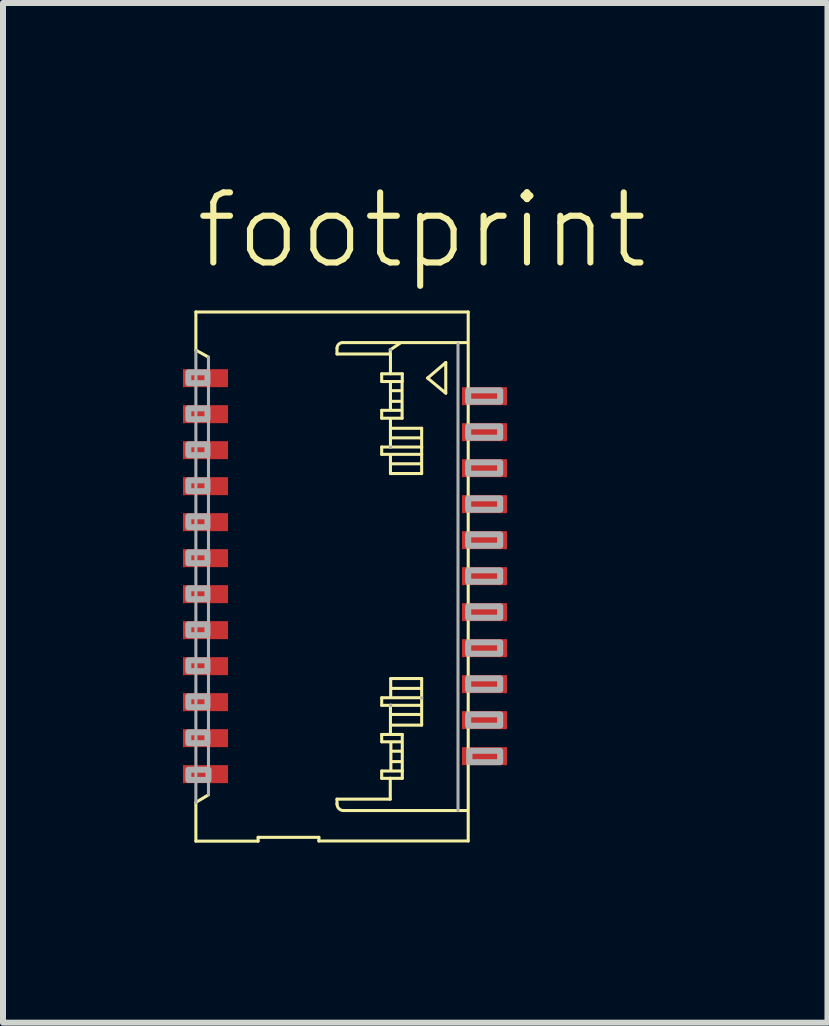
<source format=kicad_pcb>
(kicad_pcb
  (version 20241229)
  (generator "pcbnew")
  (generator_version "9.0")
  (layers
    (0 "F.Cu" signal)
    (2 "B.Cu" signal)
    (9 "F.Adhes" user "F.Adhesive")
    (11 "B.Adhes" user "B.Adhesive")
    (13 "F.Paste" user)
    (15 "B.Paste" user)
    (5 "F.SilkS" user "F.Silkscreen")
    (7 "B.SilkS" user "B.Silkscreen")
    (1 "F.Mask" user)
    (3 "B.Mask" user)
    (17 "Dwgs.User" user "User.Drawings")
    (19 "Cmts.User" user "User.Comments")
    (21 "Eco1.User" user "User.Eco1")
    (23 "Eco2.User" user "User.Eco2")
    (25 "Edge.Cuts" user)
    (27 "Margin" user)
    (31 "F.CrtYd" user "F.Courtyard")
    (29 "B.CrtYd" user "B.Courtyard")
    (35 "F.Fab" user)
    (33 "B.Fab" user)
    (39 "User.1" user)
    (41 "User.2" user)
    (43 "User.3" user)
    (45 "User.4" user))
  (footprint "footprint"
    (layer "F.Cu")
    (at 2.7 6.553)
    (property "Reference" "footprint" (at -2.54 -5.08 0) (layer "F.SilkS") (effects (font (size 1.168 1.168) (thickness 0.102)) (justify left bottom)))
    (fp_line (start -2.485 -4.403) (end -2.485 -3.767) (stroke (width 0.051) (type solid)) (layer "F.SilkS"))
    (fp_line (start -2.485 -3.767) (end -2.275 -3.65) (stroke (width 0.051) (type solid)) (layer "F.SilkS"))
    (fp_line (start -2.485 3.771) (end -2.485 4.417) (stroke (width 0.051) (type solid)) (layer "F.SilkS"))
    (fp_line (start -2.485 4.417) (end -1.448 4.417) (stroke (width 0.051) (type solid)) (layer "F.SilkS"))
    (fp_line (start -2.275 3.645) (end -2.485 3.771) (stroke (width 0.051) (type solid)) (layer "F.SilkS"))
    (fp_line (start -1.448 4.353) (end -0.435 4.353) (stroke (width 0.051) (type solid)) (layer "F.SilkS"))
    (fp_line (start -1.448 4.417) (end -1.448 4.353) (stroke (width 0.051) (type solid)) (layer "F.SilkS"))
    (fp_line (start -0.435 4.353) (end -0.435 4.414) (stroke (width 0.051) (type solid)) (layer "F.SilkS"))
    (fp_line (start -0.435 4.414) (end 2.054 4.414) (stroke (width 0.051) (type solid)) (layer "F.SilkS"))
    (fp_line (start -0.133 -3.798) (end -0.133 -3.703) (stroke (width 0.051) (type solid)) (layer "F.SilkS"))
    (fp_line (start -0.133 -3.703) (end 0.755 -3.703) (stroke (width 0.051) (type solid)) (layer "F.SilkS"))
    (fp_line (start -0.133 3.717) (end 0.755 3.717) (stroke (width 0.051) (type solid)) (layer "F.SilkS"))
    (fp_line (start -0.133 3.798) (end -0.133 3.717) (stroke (width 0.051) (type solid)) (layer "F.SilkS"))
    (fp_line (start 0.612 -3.373) (end 0.738 -3.373) (stroke (width 0.051) (type solid)) (layer "F.SilkS"))
    (fp_line (start 0.612 -3.244) (end 0.612 -3.373) (stroke (width 0.051) (type solid)) (layer "F.SilkS"))
    (fp_line (start 0.612 -2.764) (end 0.945 -2.764) (stroke (width 0.051) (type solid)) (layer "F.SilkS"))
    (fp_line (start 0.612 -2.632) (end 0.612 -2.764) (stroke (width 0.051) (type solid)) (layer "F.SilkS"))
    (fp_line (start 0.612 -2.152) (end 0.612 -2.03) (stroke (width 0.051) (type solid)) (layer "F.SilkS"))
    (fp_line (start 0.612 -2.152) (end 1.278 -2.152) (stroke (width 0.051) (type solid)) (layer "F.SilkS"))
    (fp_line (start 0.612 -2.03) (end 1.278 -2.03) (stroke (width 0.051) (type solid)) (layer "F.SilkS"))
    (fp_line (start 0.612 2.027) (end 1.278 2.027) (stroke (width 0.051) (type solid)) (layer "F.SilkS"))
    (fp_line (start 0.612 2.153) (end 0.612 2.027) (stroke (width 0.051) (type solid)) (layer "F.SilkS"))
    (fp_line (start 0.612 2.639) (end 0.612 2.761) (stroke (width 0.051) (type solid)) (layer "F.SilkS"))
    (fp_line (start 0.612 2.761) (end 0.938 2.761) (stroke (width 0.051) (type solid)) (layer "F.SilkS"))
    (fp_line (start 0.612 3.248) (end 0.955 3.248) (stroke (width 0.051) (type solid)) (layer "F.SilkS"))
    (fp_line (start 0.612 3.37) (end 0.612 3.248) (stroke (width 0.051) (type solid)) (layer "F.SilkS"))
    (fp_line (start 0.755 -3.703) (end 0.755 -3.774) (stroke (width 0.051) (type solid)) (layer "F.SilkS"))
    (fp_line (start 0.755 3.37) (end 0.612 3.37) (stroke (width 0.051) (type solid)) (layer "F.SilkS"))
    (fp_line (start 0.755 3.717) (end 0.755 3.37) (stroke (width 0.051) (type solid)) (layer "F.SilkS"))
    (fp_line (start 0.758 -3.774) (end 0.918 -3.883) (stroke (width 0.051) (type solid)) (layer "F.SilkS"))
    (fp_line (start 0.758 -3.696) (end 0.758 -3.373) (stroke (width 0.051) (type solid)) (layer "F.SilkS"))
    (fp_line (start 0.758 -3.373) (end 0.955 -3.373) (stroke (width 0.051) (type solid)) (layer "F.SilkS"))
    (fp_line (start 0.758 -3.216) (end 0.758 -2.774) (stroke (width 0.051) (type solid)) (layer "F.SilkS"))
    (fp_line (start 0.758 -2.608) (end 0.758 -2.152) (stroke (width 0.051) (type solid)) (layer "F.SilkS"))
    (fp_line (start 0.758 -1.71) (end 0.758 -2.006) (stroke (width 0.051) (type solid)) (layer "F.SilkS"))
    (fp_line (start 0.758 2.153) (end 1.278 2.153) (stroke (width 0.051) (type solid)) (layer "F.SilkS"))
    (fp_line (start 0.758 2.612) (end 0.758 2.153) (stroke (width 0.051) (type solid)) (layer "F.SilkS"))
    (fp_line (start 0.762 1.707) (end 0.762 2.003) (stroke (width 0.051) (type solid)) (layer "F.SilkS"))
    (fp_line (start 0.762 2.153) (end 0.612 2.153) (stroke (width 0.051) (type solid)) (layer "F.SilkS"))
    (fp_line (start 0.765 2.789) (end 0.765 3.237) (stroke (width 0.051) (type solid)) (layer "F.SilkS"))
    (fp_line (start 0.785 -3.091) (end 0.925 -3.091) (stroke (width 0.051) (type solid)) (layer "F.SilkS"))
    (fp_line (start 0.785 -2.914) (end 0.928 -2.914) (stroke (width 0.051) (type solid)) (layer "F.SilkS"))
    (fp_line (start 0.785 -2.305) (end 1.255 -2.305) (stroke (width 0.051) (type solid)) (layer "F.SilkS"))
    (fp_line (start 0.785 -1.873) (end 1.251 -1.873) (stroke (width 0.051) (type solid)) (layer "F.SilkS"))
    (fp_line (start 0.785 2.306) (end 1.251 2.306) (stroke (width 0.051) (type solid)) (layer "F.SilkS"))
    (fp_line (start 0.789 1.871) (end 1.255 1.871) (stroke (width 0.051) (type solid)) (layer "F.SilkS"))
    (fp_line (start 0.789 3.091) (end 0.932 3.091) (stroke (width 0.051) (type solid)) (layer "F.SilkS"))
    (fp_line (start 0.792 2.918) (end 0.932 2.918) (stroke (width 0.051) (type solid)) (layer "F.SilkS"))
    (fp_line (start 0.952 -3.216) (end 0.952 -2.632) (stroke (width 0.051) (type solid)) (layer "F.SilkS"))
    (fp_line (start 0.952 -2.632) (end 0.612 -2.632) (stroke (width 0.051) (type solid)) (layer "F.SilkS"))
    (fp_line (start 0.955 -3.373) (end 0.955 -3.244) (stroke (width 0.051) (type solid)) (layer "F.SilkS"))
    (fp_line (start 0.955 -3.244) (end 0.612 -3.244) (stroke (width 0.051) (type solid)) (layer "F.SilkS"))
    (fp_line (start 0.955 2.639) (end 0.612 2.639) (stroke (width 0.051) (type solid)) (layer "F.SilkS"))
    (fp_line (start 0.955 3.248) (end 0.955 2.639) (stroke (width 0.051) (type solid)) (layer "F.SilkS"))
    (fp_line (start 0.955 3.248) (end 0.955 3.37) (stroke (width 0.051) (type solid)) (layer "F.SilkS"))
    (fp_line (start 0.955 3.37) (end 0.755 3.37) (stroke (width 0.051) (type solid)) (layer "F.SilkS"))
    (fp_line (start 1.278 -2.465) (end 0.782 -2.465) (stroke (width 0.051) (type solid)) (layer "F.SilkS"))
    (fp_line (start 1.278 -2.152) (end 1.278 -2.465) (stroke (width 0.051) (type solid)) (layer "F.SilkS"))
    (fp_line (start 1.278 -2.03) (end 1.278 -2.149) (stroke (width 0.051) (type solid)) (layer "F.SilkS"))
    (fp_line (start 1.278 -2.023) (end 1.278 -1.71) (stroke (width 0.051) (type solid)) (layer "F.SilkS"))
    (fp_line (start 1.278 -1.71) (end 0.758 -1.71) (stroke (width 0.051) (type solid)) (layer "F.SilkS"))
    (fp_line (start 1.278 1.707) (end 0.762 1.707) (stroke (width 0.051) (type solid)) (layer "F.SilkS"))
    (fp_line (start 1.278 2.136) (end 1.278 1.707) (stroke (width 0.051) (type solid)) (layer "F.SilkS"))
    (fp_line (start 1.278 2.153) (end 1.278 2.483) (stroke (width 0.051) (type solid)) (layer "F.SilkS"))
    (fp_line (start 1.278 2.483) (end 0.785 2.483) (stroke (width 0.051) (type solid)) (layer "F.SilkS"))
    (fp_line (start 1.377 -3.301) (end 1.68 -3.56) (stroke (width 0.051) (type solid)) (layer "F.SilkS"))
    (fp_line (start 1.68 -3.56) (end 1.68 -3.05) (stroke (width 0.051) (type solid)) (layer "F.SilkS"))
    (fp_line (start 1.68 -3.05) (end 1.377 -3.301) (stroke (width 0.051) (type solid)) (layer "F.SilkS"))
    (fp_line (start 2.026 3.907) (end -0.024 3.907) (stroke (width 0.051) (type solid)) (layer "F.SilkS"))
    (fp_line (start 2.03 -3.893) (end -0.037 -3.893) (stroke (width 0.051) (type solid)) (layer "F.SilkS"))
    (fp_line (start 2.054 -4.403) (end -2.485 -4.403) (stroke (width 0.051) (type solid)) (layer "F.SilkS"))
    (fp_line (start 2.054 4.414) (end 2.054 -4.403) (stroke (width 0.051) (type solid)) (layer "F.SilkS"))
    (fp_arc (start -0.132599 -3.797799) (mid -0.104716 -3.865116) (end -0.0374 -3.893) (stroke (width 0.0508) (type solid)) (layer "F.SilkS"))
    (fp_arc (start -0.0238 3.9072) (mid -0.100733 3.875333) (end -0.132599 3.798399) (stroke (width 0.0508) (type solid)) (layer "F.SilkS"))
    (fp_line (start -2.485 -3.76) (end -2.485 3.771) (stroke (width 0.051) (type solid)) (layer "F.Fab"))
    (fp_line (start -2.275 -3.65) (end -2.275 3.64) (stroke (width 0.051) (type solid)) (layer "F.Fab"))
    (fp_line (start 0.755 -3.774) (end 0.758 -3.774) (stroke (width 0.051) (type solid)) (layer "F.Fab"))
    (fp_line (start 0.758 -2.152) (end 0.762 -2.152) (stroke (width 0.051) (type solid)) (layer "F.Fab"))
    (fp_line (start 0.762 2.16) (end 0.762 2.153) (stroke (width 0.051) (type solid)) (layer "F.Fab"))
    (fp_line (start 1.278 2.027) (end 1.278 2.03) (stroke (width 0.051) (type solid)) (layer "F.Fab"))
    (fp_line (start 1.884 3.907) (end 1.884 -3.871) (stroke (width 0.051) (type solid)) (layer "F.Fab"))
    (fp_poly (pts (xy -2.611 -3.216) (xy -2.292 -3.216) (xy -2.292 -3.397) (xy -2.611 -3.397)) (stroke (width 0.1) (type solid)) (fill no) (layer "F.Fab"))
    (fp_poly (pts (xy -2.611 -2.616) (xy -2.292 -2.616) (xy -2.292 -2.797) (xy -2.611 -2.797)) (stroke (width 0.1) (type solid)) (fill no) (layer "F.Fab"))
    (fp_poly (pts (xy -2.611 -2.016) (xy -2.292 -2.016) (xy -2.292 -2.197) (xy -2.611 -2.197)) (stroke (width 0.1) (type solid)) (fill no) (layer "F.Fab"))
    (fp_poly (pts (xy -2.611 -1.416) (xy -2.292 -1.416) (xy -2.292 -1.597) (xy -2.611 -1.597)) (stroke (width 0.1) (type solid)) (fill no) (layer "F.Fab"))
    (fp_poly (pts (xy -2.611 -0.816) (xy -2.292 -0.816) (xy -2.292 -0.997) (xy -2.611 -0.997)) (stroke (width 0.1) (type solid)) (fill no) (layer "F.Fab"))
    (fp_poly (pts (xy -2.611 -0.216) (xy -2.292 -0.216) (xy -2.292 -0.397) (xy -2.611 -0.397)) (stroke (width 0.1) (type solid)) (fill no) (layer "F.Fab"))
    (fp_poly (pts (xy -2.611 0.384) (xy -2.292 0.384) (xy -2.292 0.203) (xy -2.611 0.203)) (stroke (width 0.1) (type solid)) (fill no) (layer "F.Fab"))
    (fp_poly (pts (xy -2.611 0.984) (xy -2.292 0.984) (xy -2.292 0.803) (xy -2.611 0.803)) (stroke (width 0.1) (type solid)) (fill no) (layer "F.Fab"))
    (fp_poly (pts (xy -2.611 1.584) (xy -2.292 1.584) (xy -2.292 1.403) (xy -2.611 1.403)) (stroke (width 0.1) (type solid)) (fill no) (layer "F.Fab"))
    (fp_poly (pts (xy -2.611 2.184) (xy -2.292 2.184) (xy -2.292 2.003) (xy -2.611 2.003)) (stroke (width 0.1) (type solid)) (fill no) (layer "F.Fab"))
    (fp_poly (pts (xy -2.611 2.784) (xy -2.292 2.784) (xy -2.292 2.603) (xy -2.611 2.603)) (stroke (width 0.1) (type solid)) (fill no) (layer "F.Fab"))
    (fp_poly (pts (xy -2.611 3.397) (xy -2.275 3.397) (xy -2.275 3.227) (xy -2.611 3.227)) (stroke (width 0.1) (type solid)) (fill no) (layer "F.Fab"))
    (fp_poly (pts (xy 2.054 -2.907) (xy 2.587 -2.907) (xy 2.587 -3.097) (xy 2.054 -3.097)) (stroke (width 0.1) (type solid)) (fill no) (layer "F.Fab"))
    (fp_poly (pts (xy 2.054 -2.307) (xy 2.587 -2.307) (xy 2.587 -2.497) (xy 2.054 -2.497)) (stroke (width 0.1) (type solid)) (fill no) (layer "F.Fab"))
    (fp_poly (pts (xy 2.054 -1.707) (xy 2.587 -1.707) (xy 2.587 -1.897) (xy 2.054 -1.897)) (stroke (width 0.1) (type solid)) (fill no) (layer "F.Fab"))
    (fp_poly (pts (xy 2.054 -1.107) (xy 2.587 -1.107) (xy 2.587 -1.297) (xy 2.054 -1.297)) (stroke (width 0.1) (type solid)) (fill no) (layer "F.Fab"))
    (fp_poly (pts (xy 2.054 -0.507) (xy 2.587 -0.507) (xy 2.587 -0.697) (xy 2.054 -0.697)) (stroke (width 0.1) (type solid)) (fill no) (layer "F.Fab"))
    (fp_poly (pts (xy 2.054 0.093) (xy 2.587 0.093) (xy 2.587 -0.097) (xy 2.054 -0.097)) (stroke (width 0.1) (type solid)) (fill no) (layer "F.Fab"))
    (fp_poly (pts (xy 2.054 0.693) (xy 2.587 0.693) (xy 2.587 0.503) (xy 2.054 0.503)) (stroke (width 0.1) (type solid)) (fill no) (layer "F.Fab"))
    (fp_poly (pts (xy 2.054 1.293) (xy 2.587 1.293) (xy 2.587 1.103) (xy 2.054 1.103)) (stroke (width 0.1) (type solid)) (fill no) (layer "F.Fab"))
    (fp_poly (pts (xy 2.054 1.893) (xy 2.587 1.893) (xy 2.587 1.703) (xy 2.054 1.703)) (stroke (width 0.1) (type solid)) (fill no) (layer "F.Fab"))
    (fp_poly (pts (xy 2.054 2.493) (xy 2.587 2.493) (xy 2.587 2.303) (xy 2.054 2.303)) (stroke (width 0.1) (type solid)) (fill no) (layer "F.Fab"))
    (fp_poly (pts (xy 2.074 3.101) (xy 2.587 3.101) (xy 2.587 2.911) (xy 2.074 2.911)) (stroke (width 0.1) (type solid)) (fill no) (layer "F.Fab"))
    (pad "1" smd rect (at -2.325 -3.3) (size 0.75 0.3) (layers "F.Cu" "F.Mask" "F.Paste"))
    (pad "2" smd rect (at -2.325 -2.7) (size 0.75 0.3) (layers "F.Cu" "F.Mask" "F.Paste"))
    (pad "3" smd rect (at -2.325 -2.1) (size 0.75 0.3) (layers "F.Cu" "F.Mask" "F.Paste"))
    (pad "4" smd rect (at -2.325 -1.5) (size 0.75 0.3) (layers "F.Cu" "F.Mask" "F.Paste"))
    (pad "5" smd rect (at -2.325 -0.9) (size 0.75 0.3) (layers "F.Cu" "F.Mask" "F.Paste"))
    (pad "6" smd rect (at -2.325 -0.3) (size 0.75 0.3) (layers "F.Cu" "F.Mask" "F.Paste"))
    (pad "7" smd rect (at -2.325 0.3) (size 0.75 0.3) (layers "F.Cu" "F.Mask" "F.Paste"))
    (pad "8" smd rect (at -2.325 0.9) (size 0.75 0.3) (layers "F.Cu" "F.Mask" "F.Paste"))
    (pad "9" smd rect (at -2.325 1.5) (size 0.75 0.3) (layers "F.Cu" "F.Mask" "F.Paste"))
    (pad "10" smd rect (at -2.325 2.1) (size 0.75 0.3) (layers "F.Cu" "F.Mask" "F.Paste"))
    (pad "11" smd rect (at -2.325 2.7) (size 0.75 0.3) (layers "F.Cu" "F.Mask" "F.Paste"))
    (pad "12" smd rect (at -2.325 3.3) (size 0.75 0.3) (layers "F.Cu" "F.Mask" "F.Paste"))
    (pad "13" smd rect (at 2.325 -3) (size 0.75 0.3) (layers "F.Cu" "F.Mask" "F.Paste"))
    (pad "14" smd rect (at 2.325 -2.4) (size 0.75 0.3) (layers "F.Cu" "F.Mask" "F.Paste"))
    (pad "15" smd rect (at 2.325 -1.8) (size 0.75 0.3) (layers "F.Cu" "F.Mask" "F.Paste"))
    (pad "16" smd rect (at 2.325 -1.2) (size 0.75 0.3) (layers "F.Cu" "F.Mask" "F.Paste"))
    (pad "17" smd rect (at 2.325 -0.6) (size 0.75 0.3) (layers "F.Cu" "F.Mask" "F.Paste"))
    (pad "18" smd rect (at 2.325 0) (size 0.75 0.3) (layers "F.Cu" "F.Mask" "F.Paste"))
    (pad "19" smd rect (at 2.325 0.6) (size 0.75 0.3) (layers "F.Cu" "F.Mask" "F.Paste"))
    (pad "20" smd rect (at 2.325 1.2) (size 0.75 0.3) (layers "F.Cu" "F.Mask" "F.Paste"))
    (pad "21" smd rect (at 2.325 1.8) (size 0.75 0.3) (layers "F.Cu" "F.Mask" "F.Paste"))
    (pad "22" smd rect (at 2.325 2.4) (size 0.75 0.3) (layers "F.Cu" "F.Mask" "F.Paste"))
    (pad "23" smd rect (at 2.325 3) (size 0.75 0.3) (layers "F.Cu" "F.Mask" "F.Paste")))
  (gr_rect
    (start -3 -3)
    (end 10.742 13.996)
    (stroke (width 0.1) (type default))
    (fill no)
    (layer "Edge.Cuts")))
</source>
